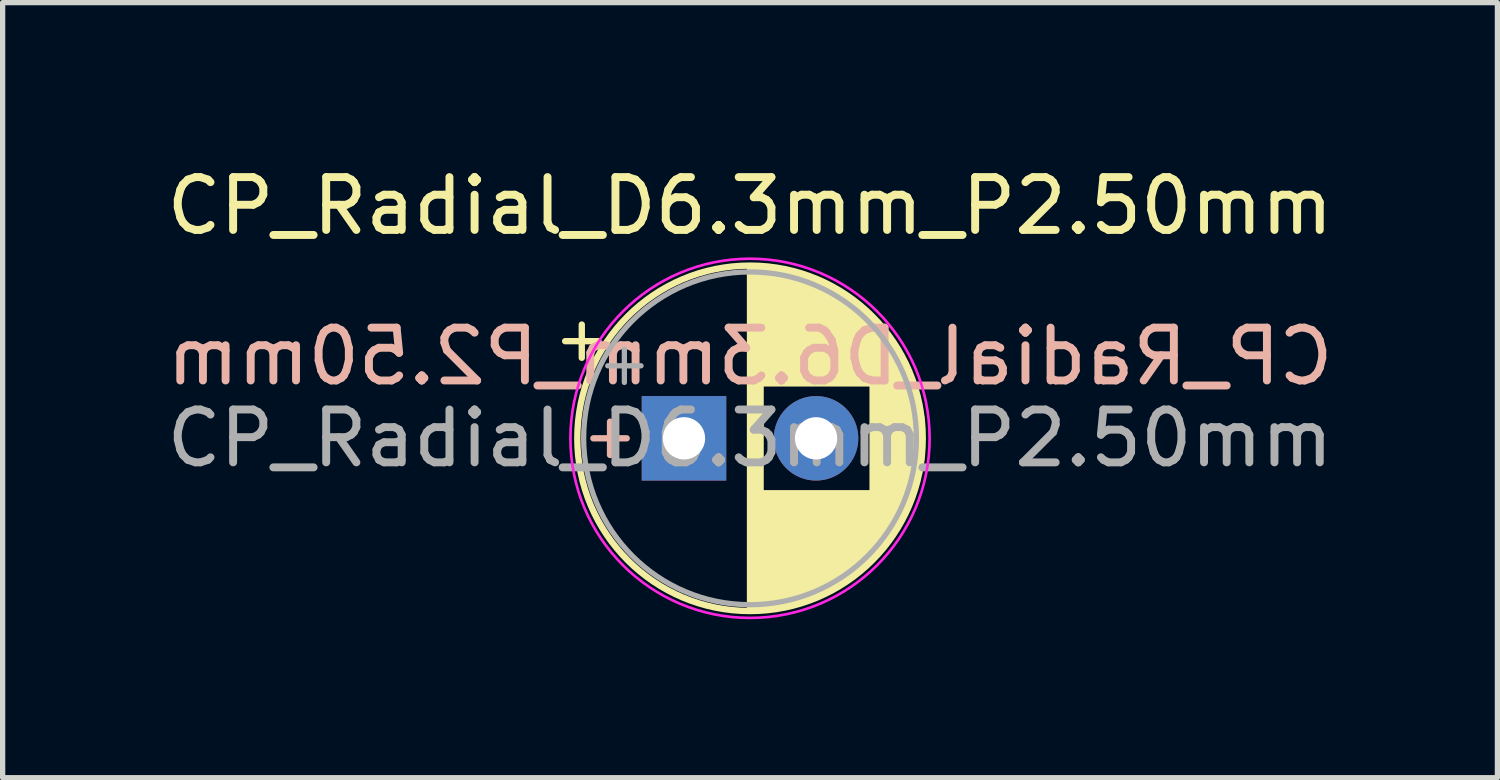
<source format=kicad_pcb>
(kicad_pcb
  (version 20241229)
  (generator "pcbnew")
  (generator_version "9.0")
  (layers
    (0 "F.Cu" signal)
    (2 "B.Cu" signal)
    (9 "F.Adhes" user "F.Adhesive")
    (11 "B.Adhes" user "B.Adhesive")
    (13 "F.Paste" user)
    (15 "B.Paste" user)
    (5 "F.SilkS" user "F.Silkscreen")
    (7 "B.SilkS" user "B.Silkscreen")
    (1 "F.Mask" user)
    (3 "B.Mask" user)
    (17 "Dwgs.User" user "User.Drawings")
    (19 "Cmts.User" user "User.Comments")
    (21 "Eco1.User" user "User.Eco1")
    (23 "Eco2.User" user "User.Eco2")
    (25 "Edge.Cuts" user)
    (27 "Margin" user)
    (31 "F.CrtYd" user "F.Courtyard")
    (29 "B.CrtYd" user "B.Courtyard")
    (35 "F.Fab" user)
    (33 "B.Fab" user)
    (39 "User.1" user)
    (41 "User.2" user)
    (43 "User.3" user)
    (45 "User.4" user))
  (footprint "CP_Radial_D6.3mm_P2.50mm"
    (layer "F.Cu")
    (at 9.899 5.248)
    (property "Reference" "CP_Radial_D6.3mm_P2.50mm" (at 1.25 -4.4 0) (layer "F.SilkS") (effects (font (size 1 1) (thickness 0.15))))
    (fp_line (start -2.25 -1.839) (end -1.62 -1.839) (stroke (width 0.12) (type solid)) (layer "F.SilkS"))
    (fp_line (start -1.935 -2.154) (end -1.935 -1.524) (stroke (width 0.12) (type solid)) (layer "F.SilkS"))
    (fp_line (start 1.25 -3.23) (end 1.25 3.23) (stroke (width 0.12) (type solid)) (layer "F.SilkS"))
    (fp_line (start 1.29 -3.23) (end 1.29 3.23) (stroke (width 0.12) (type solid)) (layer "F.SilkS"))
    (fp_line (start 1.33 -3.23) (end 1.33 3.23) (stroke (width 0.12) (type solid)) (layer "F.SilkS"))
    (fp_line (start 1.37 -3.228) (end 1.37 3.228) (stroke (width 0.12) (type solid)) (layer "F.SilkS"))
    (fp_line (start 1.41 -3.227) (end 1.41 3.227) (stroke (width 0.12) (type solid)) (layer "F.SilkS"))
    (fp_line (start 1.45 -3.224) (end 1.45 3.224) (stroke (width 0.12) (type solid)) (layer "F.SilkS"))
    (fp_line (start 1.49 -3.222) (end 1.49 -1.04) (stroke (width 0.12) (type solid)) (layer "F.SilkS"))
    (fp_line (start 1.49 1.04) (end 1.49 3.222) (stroke (width 0.12) (type solid)) (layer "F.SilkS"))
    (fp_line (start 1.53 -3.218) (end 1.53 -1.04) (stroke (width 0.12) (type solid)) (layer "F.SilkS"))
    (fp_line (start 1.53 1.04) (end 1.53 3.218) (stroke (width 0.12) (type solid)) (layer "F.SilkS"))
    (fp_line (start 1.57 -3.215) (end 1.57 -1.04) (stroke (width 0.12) (type solid)) (layer "F.SilkS"))
    (fp_line (start 1.57 1.04) (end 1.57 3.215) (stroke (width 0.12) (type solid)) (layer "F.SilkS"))
    (fp_line (start 1.61 -3.211) (end 1.61 -1.04) (stroke (width 0.12) (type solid)) (layer "F.SilkS"))
    (fp_line (start 1.61 1.04) (end 1.61 3.211) (stroke (width 0.12) (type solid)) (layer "F.SilkS"))
    (fp_line (start 1.65 -3.206) (end 1.65 -1.04) (stroke (width 0.12) (type solid)) (layer "F.SilkS"))
    (fp_line (start 1.65 1.04) (end 1.65 3.206) (stroke (width 0.12) (type solid)) (layer "F.SilkS"))
    (fp_line (start 1.69 -3.201) (end 1.69 -1.04) (stroke (width 0.12) (type solid)) (layer "F.SilkS"))
    (fp_line (start 1.69 1.04) (end 1.69 3.201) (stroke (width 0.12) (type solid)) (layer "F.SilkS"))
    (fp_line (start 1.73 -3.195) (end 1.73 -1.04) (stroke (width 0.12) (type solid)) (layer "F.SilkS"))
    (fp_line (start 1.73 1.04) (end 1.73 3.195) (stroke (width 0.12) (type solid)) (layer "F.SilkS"))
    (fp_line (start 1.77 -3.189) (end 1.77 -1.04) (stroke (width 0.12) (type solid)) (layer "F.SilkS"))
    (fp_line (start 1.77 1.04) (end 1.77 3.189) (stroke (width 0.12) (type solid)) (layer "F.SilkS"))
    (fp_line (start 1.81 -3.182) (end 1.81 -1.04) (stroke (width 0.12) (type solid)) (layer "F.SilkS"))
    (fp_line (start 1.81 1.04) (end 1.81 3.182) (stroke (width 0.12) (type solid)) (layer "F.SilkS"))
    (fp_line (start 1.85 -3.175) (end 1.85 -1.04) (stroke (width 0.12) (type solid)) (layer "F.SilkS"))
    (fp_line (start 1.85 1.04) (end 1.85 3.175) (stroke (width 0.12) (type solid)) (layer "F.SilkS"))
    (fp_line (start 1.89 -3.167) (end 1.89 -1.04) (stroke (width 0.12) (type solid)) (layer "F.SilkS"))
    (fp_line (start 1.89 1.04) (end 1.89 3.167) (stroke (width 0.12) (type solid)) (layer "F.SilkS"))
    (fp_line (start 1.93 -3.159) (end 1.93 -1.04) (stroke (width 0.12) (type solid)) (layer "F.SilkS"))
    (fp_line (start 1.93 1.04) (end 1.93 3.159) (stroke (width 0.12) (type solid)) (layer "F.SilkS"))
    (fp_line (start 1.971 -3.15) (end 1.971 -1.04) (stroke (width 0.12) (type solid)) (layer "F.SilkS"))
    (fp_line (start 1.971 1.04) (end 1.971 3.15) (stroke (width 0.12) (type solid)) (layer "F.SilkS"))
    (fp_line (start 2.011 -3.141) (end 2.011 -1.04) (stroke (width 0.12) (type solid)) (layer "F.SilkS"))
    (fp_line (start 2.011 1.04) (end 2.011 3.141) (stroke (width 0.12) (type solid)) (layer "F.SilkS"))
    (fp_line (start 2.051 -3.131) (end 2.051 -1.04) (stroke (width 0.12) (type solid)) (layer "F.SilkS"))
    (fp_line (start 2.051 1.04) (end 2.051 3.131) (stroke (width 0.12) (type solid)) (layer "F.SilkS"))
    (fp_line (start 2.091 -3.121) (end 2.091 -1.04) (stroke (width 0.12) (type solid)) (layer "F.SilkS"))
    (fp_line (start 2.091 1.04) (end 2.091 3.121) (stroke (width 0.12) (type solid)) (layer "F.SilkS"))
    (fp_line (start 2.131 -3.11) (end 2.131 -1.04) (stroke (width 0.12) (type solid)) (layer "F.SilkS"))
    (fp_line (start 2.131 1.04) (end 2.131 3.11) (stroke (width 0.12) (type solid)) (layer "F.SilkS"))
    (fp_line (start 2.171 -3.098) (end 2.171 -1.04) (stroke (width 0.12) (type solid)) (layer "F.SilkS"))
    (fp_line (start 2.171 1.04) (end 2.171 3.098) (stroke (width 0.12) (type solid)) (layer "F.SilkS"))
    (fp_line (start 2.211 -3.086) (end 2.211 -1.04) (stroke (width 0.12) (type solid)) (layer "F.SilkS"))
    (fp_line (start 2.211 1.04) (end 2.211 3.086) (stroke (width 0.12) (type solid)) (layer "F.SilkS"))
    (fp_line (start 2.251 -3.074) (end 2.251 -1.04) (stroke (width 0.12) (type solid)) (layer "F.SilkS"))
    (fp_line (start 2.251 1.04) (end 2.251 3.074) (stroke (width 0.12) (type solid)) (layer "F.SilkS"))
    (fp_line (start 2.291 -3.061) (end 2.291 -1.04) (stroke (width 0.12) (type solid)) (layer "F.SilkS"))
    (fp_line (start 2.291 1.04) (end 2.291 3.061) (stroke (width 0.12) (type solid)) (layer "F.SilkS"))
    (fp_line (start 2.331 -3.047) (end 2.331 -1.04) (stroke (width 0.12) (type solid)) (layer "F.SilkS"))
    (fp_line (start 2.331 1.04) (end 2.331 3.047) (stroke (width 0.12) (type solid)) (layer "F.SilkS"))
    (fp_line (start 2.371 -3.033) (end 2.371 -1.04) (stroke (width 0.12) (type solid)) (layer "F.SilkS"))
    (fp_line (start 2.371 1.04) (end 2.371 3.033) (stroke (width 0.12) (type solid)) (layer "F.SilkS"))
    (fp_line (start 2.411 -3.018) (end 2.411 -1.04) (stroke (width 0.12) (type solid)) (layer "F.SilkS"))
    (fp_line (start 2.411 1.04) (end 2.411 3.018) (stroke (width 0.12) (type solid)) (layer "F.SilkS"))
    (fp_line (start 2.451 -3.002) (end 2.451 -1.04) (stroke (width 0.12) (type solid)) (layer "F.SilkS"))
    (fp_line (start 2.451 1.04) (end 2.451 3.002) (stroke (width 0.12) (type solid)) (layer "F.SilkS"))
    (fp_line (start 2.491 -2.986) (end 2.491 -1.04) (stroke (width 0.12) (type solid)) (layer "F.SilkS"))
    (fp_line (start 2.491 1.04) (end 2.491 2.986) (stroke (width 0.12) (type solid)) (layer "F.SilkS"))
    (fp_line (start 2.531 -2.97) (end 2.531 -1.04) (stroke (width 0.12) (type solid)) (layer "F.SilkS"))
    (fp_line (start 2.531 1.04) (end 2.531 2.97) (stroke (width 0.12) (type solid)) (layer "F.SilkS"))
    (fp_line (start 2.571 -2.952) (end 2.571 -1.04) (stroke (width 0.12) (type solid)) (layer "F.SilkS"))
    (fp_line (start 2.571 1.04) (end 2.571 2.952) (stroke (width 0.12) (type solid)) (layer "F.SilkS"))
    (fp_line (start 2.611 -2.934) (end 2.611 -1.04) (stroke (width 0.12) (type solid)) (layer "F.SilkS"))
    (fp_line (start 2.611 1.04) (end 2.611 2.934) (stroke (width 0.12) (type solid)) (layer "F.SilkS"))
    (fp_line (start 2.651 -2.916) (end 2.651 -1.04) (stroke (width 0.12) (type solid)) (layer "F.SilkS"))
    (fp_line (start 2.651 1.04) (end 2.651 2.916) (stroke (width 0.12) (type solid)) (layer "F.SilkS"))
    (fp_line (start 2.691 -2.896) (end 2.691 -1.04) (stroke (width 0.12) (type solid)) (layer "F.SilkS"))
    (fp_line (start 2.691 1.04) (end 2.691 2.896) (stroke (width 0.12) (type solid)) (layer "F.SilkS"))
    (fp_line (start 2.731 -2.876) (end 2.731 -1.04) (stroke (width 0.12) (type solid)) (layer "F.SilkS"))
    (fp_line (start 2.731 1.04) (end 2.731 2.876) (stroke (width 0.12) (type solid)) (layer "F.SilkS"))
    (fp_line (start 2.771 -2.856) (end 2.771 -1.04) (stroke (width 0.12) (type solid)) (layer "F.SilkS"))
    (fp_line (start 2.771 1.04) (end 2.771 2.856) (stroke (width 0.12) (type solid)) (layer "F.SilkS"))
    (fp_line (start 2.811 -2.834) (end 2.811 -1.04) (stroke (width 0.12) (type solid)) (layer "F.SilkS"))
    (fp_line (start 2.811 1.04) (end 2.811 2.834) (stroke (width 0.12) (type solid)) (layer "F.SilkS"))
    (fp_line (start 2.851 -2.812) (end 2.851 -1.04) (stroke (width 0.12) (type solid)) (layer "F.SilkS"))
    (fp_line (start 2.851 1.04) (end 2.851 2.812) (stroke (width 0.12) (type solid)) (layer "F.SilkS"))
    (fp_line (start 2.891 -2.79) (end 2.891 -1.04) (stroke (width 0.12) (type solid)) (layer "F.SilkS"))
    (fp_line (start 2.891 1.04) (end 2.891 2.79) (stroke (width 0.12) (type solid)) (layer "F.SilkS"))
    (fp_line (start 2.931 -2.766) (end 2.931 -1.04) (stroke (width 0.12) (type solid)) (layer "F.SilkS"))
    (fp_line (start 2.931 1.04) (end 2.931 2.766) (stroke (width 0.12) (type solid)) (layer "F.SilkS"))
    (fp_line (start 2.971 -2.742) (end 2.971 -1.04) (stroke (width 0.12) (type solid)) (layer "F.SilkS"))
    (fp_line (start 2.971 1.04) (end 2.971 2.742) (stroke (width 0.12) (type solid)) (layer "F.SilkS"))
    (fp_line (start 3.011 -2.716) (end 3.011 -1.04) (stroke (width 0.12) (type solid)) (layer "F.SilkS"))
    (fp_line (start 3.011 1.04) (end 3.011 2.716) (stroke (width 0.12) (type solid)) (layer "F.SilkS"))
    (fp_line (start 3.051 -2.69) (end 3.051 -1.04) (stroke (width 0.12) (type solid)) (layer "F.SilkS"))
    (fp_line (start 3.051 1.04) (end 3.051 2.69) (stroke (width 0.12) (type solid)) (layer "F.SilkS"))
    (fp_line (start 3.091 -2.664) (end 3.091 -1.04) (stroke (width 0.12) (type solid)) (layer "F.SilkS"))
    (fp_line (start 3.091 1.04) (end 3.091 2.664) (stroke (width 0.12) (type solid)) (layer "F.SilkS"))
    (fp_line (start 3.131 -2.636) (end 3.131 -1.04) (stroke (width 0.12) (type solid)) (layer "F.SilkS"))
    (fp_line (start 3.131 1.04) (end 3.131 2.636) (stroke (width 0.12) (type solid)) (layer "F.SilkS"))
    (fp_line (start 3.171 -2.607) (end 3.171 -1.04) (stroke (width 0.12) (type solid)) (layer "F.SilkS"))
    (fp_line (start 3.171 1.04) (end 3.171 2.607) (stroke (width 0.12) (type solid)) (layer "F.SilkS"))
    (fp_line (start 3.211 -2.578) (end 3.211 -1.04) (stroke (width 0.12) (type solid)) (layer "F.SilkS"))
    (fp_line (start 3.211 1.04) (end 3.211 2.578) (stroke (width 0.12) (type solid)) (layer "F.SilkS"))
    (fp_line (start 3.251 -2.548) (end 3.251 -1.04) (stroke (width 0.12) (type solid)) (layer "F.SilkS"))
    (fp_line (start 3.251 1.04) (end 3.251 2.548) (stroke (width 0.12) (type solid)) (layer "F.SilkS"))
    (fp_line (start 3.291 -2.516) (end 3.291 -1.04) (stroke (width 0.12) (type solid)) (layer "F.SilkS"))
    (fp_line (start 3.291 1.04) (end 3.291 2.516) (stroke (width 0.12) (type solid)) (layer "F.SilkS"))
    (fp_line (start 3.331 -2.484) (end 3.331 -1.04) (stroke (width 0.12) (type solid)) (layer "F.SilkS"))
    (fp_line (start 3.331 1.04) (end 3.331 2.484) (stroke (width 0.12) (type solid)) (layer "F.SilkS"))
    (fp_line (start 3.371 -2.45) (end 3.371 -1.04) (stroke (width 0.12) (type solid)) (layer "F.SilkS"))
    (fp_line (start 3.371 1.04) (end 3.371 2.45) (stroke (width 0.12) (type solid)) (layer "F.SilkS"))
    (fp_line (start 3.411 -2.416) (end 3.411 -1.04) (stroke (width 0.12) (type solid)) (layer "F.SilkS"))
    (fp_line (start 3.411 1.04) (end 3.411 2.416) (stroke (width 0.12) (type solid)) (layer "F.SilkS"))
    (fp_line (start 3.451 -2.38) (end 3.451 -1.04) (stroke (width 0.12) (type solid)) (layer "F.SilkS"))
    (fp_line (start 3.451 1.04) (end 3.451 2.38) (stroke (width 0.12) (type solid)) (layer "F.SilkS"))
    (fp_line (start 3.491 -2.343) (end 3.491 -1.04) (stroke (width 0.12) (type solid)) (layer "F.SilkS"))
    (fp_line (start 3.491 1.04) (end 3.491 2.343) (stroke (width 0.12) (type solid)) (layer "F.SilkS"))
    (fp_line (start 3.531 -2.305) (end 3.531 -1.04) (stroke (width 0.12) (type solid)) (layer "F.SilkS"))
    (fp_line (start 3.531 1.04) (end 3.531 2.305) (stroke (width 0.12) (type solid)) (layer "F.SilkS"))
    (fp_line (start 3.571 -2.265) (end 3.571 2.265) (stroke (width 0.12) (type solid)) (layer "F.SilkS"))
    (fp_line (start 3.611 -2.224) (end 3.611 2.224) (stroke (width 0.12) (type solid)) (layer "F.SilkS"))
    (fp_line (start 3.651 -2.182) (end 3.651 2.182) (stroke (width 0.12) (type solid)) (layer "F.SilkS"))
    (fp_line (start 3.691 -2.137) (end 3.691 2.137) (stroke (width 0.12) (type solid)) (layer "F.SilkS"))
    (fp_line (start 3.731 -2.092) (end 3.731 2.092) (stroke (width 0.12) (type solid)) (layer "F.SilkS"))
    (fp_line (start 3.771 -2.044) (end 3.771 2.044) (stroke (width 0.12) (type solid)) (layer "F.SilkS"))
    (fp_line (start 3.811 -1.995) (end 3.811 1.995) (stroke (width 0.12) (type solid)) (layer "F.SilkS"))
    (fp_line (start 3.851 -1.944) (end 3.851 1.944) (stroke (width 0.12) (type solid)) (layer "F.SilkS"))
    (fp_line (start 3.891 -1.89) (end 3.891 1.89) (stroke (width 0.12) (type solid)) (layer "F.SilkS"))
    (fp_line (start 3.931 -1.834) (end 3.931 1.834) (stroke (width 0.12) (type solid)) (layer "F.SilkS"))
    (fp_line (start 3.971 -1.776) (end 3.971 1.776) (stroke (width 0.12) (type solid)) (layer "F.SilkS"))
    (fp_line (start 4.011 -1.714) (end 4.011 1.714) (stroke (width 0.12) (type solid)) (layer "F.SilkS"))
    (fp_line (start 4.051 -1.65) (end 4.051 1.65) (stroke (width 0.12) (type solid)) (layer "F.SilkS"))
    (fp_line (start 4.091 -1.581) (end 4.091 1.581) (stroke (width 0.12) (type solid)) (layer "F.SilkS"))
    (fp_line (start 4.131 -1.509) (end 4.131 1.509) (stroke (width 0.12) (type solid)) (layer "F.SilkS"))
    (fp_line (start 4.171 -1.432) (end 4.171 1.432) (stroke (width 0.12) (type solid)) (layer "F.SilkS"))
    (fp_line (start 4.211 -1.35) (end 4.211 1.35) (stroke (width 0.12) (type solid)) (layer "F.SilkS"))
    (fp_line (start 4.251 -1.262) (end 4.251 1.262) (stroke (width 0.12) (type solid)) (layer "F.SilkS"))
    (fp_line (start 4.291 -1.165) (end 4.291 1.165) (stroke (width 0.12) (type solid)) (layer "F.SilkS"))
    (fp_line (start 4.331 -1.059) (end 4.331 1.059) (stroke (width 0.12) (type solid)) (layer "F.SilkS"))
    (fp_line (start 4.371 -0.94) (end 4.371 0.94) (stroke (width 0.12) (type solid)) (layer "F.SilkS"))
    (fp_line (start 4.411 -0.802) (end 4.411 0.802) (stroke (width 0.12) (type solid)) (layer "F.SilkS"))
    (fp_line (start 4.451 -0.633) (end 4.451 0.633) (stroke (width 0.12) (type solid)) (layer "F.SilkS"))
    (fp_line (start 4.491 -0.402) (end 4.491 0.402) (stroke (width 0.12) (type solid)) (layer "F.SilkS"))
    (fp_circle (center 1.25 0) (end 4.52 0) (stroke (width 0.12) (type solid)) (fill no) (layer "F.SilkS"))
    (fp_line (start -1.4 -0.315) (end -1.4 0.315) (stroke (width 0.12) (type solid)) (layer "B.SilkS"))
    (fp_line (start -1.085 0) (end -1.715 0) (stroke (width 0.12) (type solid)) (layer "B.SilkS"))
    (fp_circle (center 1.25 0) (end 4.65 0) (stroke (width 0.05) (type solid)) (fill no) (layer "F.CrtYd"))
    (fp_line (start -1.444 -1.373) (end -0.814 -1.373) (stroke (width 0.1) (type solid)) (layer "F.Fab"))
    (fp_line (start -1.129 -1.688) (end -1.129 -1.058) (stroke (width 0.1) (type solid)) (layer "F.Fab"))
    (fp_circle (center 1.25 0) (end 4.4 0) (stroke (width 0.1) (type solid)) (fill no) (layer "F.Fab"))
    (fp_text user "${REFERENCE}" (at 1.25 -1.55 0) (layer "B.SilkS") (effects (font (size 1 1) (thickness 0.15)) (justify mirror)))
    (fp_text user "${REFERENCE}" (at 1.25 0 0) (layer "F.Fab") (effects (font (size 1 1) (thickness 0.15))))
    (pad "1" thru_hole rect (at 0 0) (size 1.6 1.6) (drill 0.8) (layers "*.Cu" "*.Mask"))
    (pad "2" thru_hole circle (at 2.5 0) (size 1.6 1.6) (drill 0.8) (layers "*.Cu" "*.Mask")))
  (gr_rect
    (start -3 -3)
    (end 25.298 11.673)
    (stroke (width 0.1) (type default))
    (fill no)
    (layer "Edge.Cuts")))
</source>
